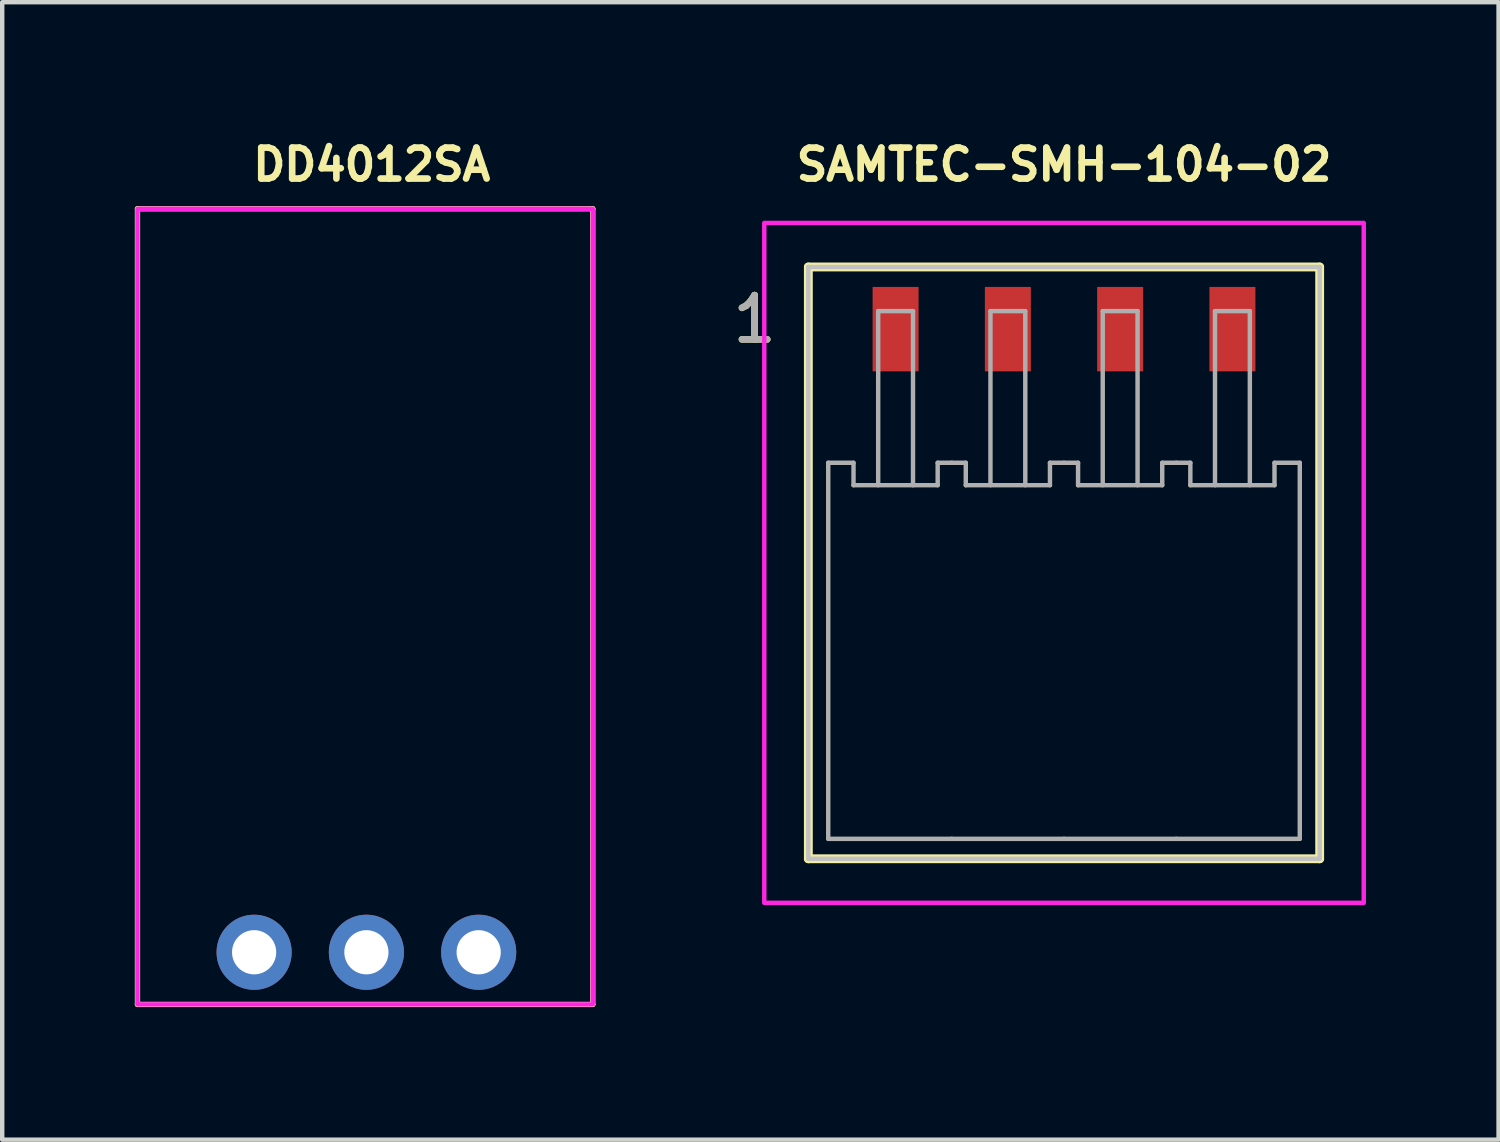
<source format=kicad_pcb>
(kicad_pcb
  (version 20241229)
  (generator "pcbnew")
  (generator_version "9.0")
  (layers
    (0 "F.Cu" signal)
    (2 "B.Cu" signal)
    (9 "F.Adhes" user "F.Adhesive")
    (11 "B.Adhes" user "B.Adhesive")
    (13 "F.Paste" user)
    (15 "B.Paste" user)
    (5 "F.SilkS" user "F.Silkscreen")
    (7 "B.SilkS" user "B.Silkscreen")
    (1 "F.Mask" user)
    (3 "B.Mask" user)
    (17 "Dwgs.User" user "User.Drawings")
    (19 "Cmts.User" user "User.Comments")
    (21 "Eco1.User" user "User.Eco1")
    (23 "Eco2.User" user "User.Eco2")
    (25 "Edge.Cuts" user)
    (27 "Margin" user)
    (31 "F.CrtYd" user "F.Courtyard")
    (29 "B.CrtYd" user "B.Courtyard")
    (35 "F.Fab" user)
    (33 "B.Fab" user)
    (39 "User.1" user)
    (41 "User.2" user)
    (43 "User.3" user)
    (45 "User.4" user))
  (footprint "DD4012SA"
    (layer "F.Cu")
    (at 5.36 10.673)
    (property "Reference" "DD4012SA" (at 0 -10 0) (layer "F.SilkS") (effects (font (size 0.7 0.7) (thickness 0.15) (bold yes))))
    (attr through_hole)
    (fp_line (start -5.3 -9) (end 5 -9) (stroke (width 0.12) (type solid)) (layer "F.SilkS"))
    (fp_line (start -5.3 9) (end -5.3 -9) (stroke (width 0.12) (type solid)) (layer "F.SilkS"))
    (fp_line (start 5 -9) (end 5 9) (stroke (width 0.12) (type solid)) (layer "F.SilkS"))
    (fp_line (start 5 9) (end -5.3 9) (stroke (width 0.12) (type solid)) (layer "F.SilkS"))
    (fp_rect (start -5.3 -9) (end 5 9) (stroke (width 0.1) (type default)) (fill no) (layer "F.CrtYd"))
    (pad "1" thru_hole circle (at -2.661 7.82) (size 1.7 1.7) (drill 1) (layers "*.Cu" "*.Mask"))
    (pad "2" thru_hole circle (at -0.121 7.82) (size 1.7 1.7) (drill 1) (layers "*.Cu" "*.Mask"))
    (pad "3" thru_hole circle (at 2.419 7.82) (size 1.7 1.7) (drill 1) (layers "*.Cu" "*.Mask")))
  (footprint "SAMTEC-SMH-104-02"
    (layer "F.Cu")
    (at 21.021 11.673)
    (property "Reference" "SAMTEC-SMH-104-02" (at 0 -11 0) (layer "F.SilkS") (effects (font (size 0.7 0.7) (thickness 0.15))))
    (attr smd)
    (fp_poly (pts (xy -4.381 -8.283) (xy -3.239 -8.283) (xy -3.239 -6.271) (xy -4.381 -6.271)) (stroke (width 0.01) (type solid)) (fill yes) (layer "F.Mask"))
    (fp_poly (pts (xy -1.841 -8.283) (xy -0.699 -8.283) (xy -0.699 -6.271) (xy -1.841 -6.271)) (stroke (width 0.01) (type solid)) (fill yes) (layer "F.Mask"))
    (fp_poly (pts (xy 0.699 -8.283) (xy 1.841 -8.283) (xy 1.841 -6.271) (xy 0.699 -6.271)) (stroke (width 0.01) (type solid)) (fill yes) (layer "F.Mask"))
    (fp_poly (pts (xy 3.239 -8.283) (xy 4.381 -8.283) (xy 4.381 -6.271) (xy 3.239 -6.271)) (stroke (width 0.01) (type solid)) (fill yes) (layer "F.Mask"))
    (fp_line (start -5.784 -8.683) (end -5.784 4.705) (stroke (width 0.2) (type solid)) (layer "F.SilkS"))
    (fp_line (start -5.784 4.705) (end 5.784 4.705) (stroke (width 0.2) (type solid)) (layer "F.SilkS"))
    (fp_line (start 5.784 -8.683) (end -5.784 -8.683) (stroke (width 0.2) (type solid)) (layer "F.SilkS"))
    (fp_line (start 5.784 4.705) (end 5.784 -8.683) (stroke (width 0.2) (type solid)) (layer "F.SilkS"))
    (fp_poly (pts (xy -4.33 -8.232) (xy -3.29 -8.232) (xy -3.29 -6.322) (xy -4.33 -6.322)) (stroke (width 0.01) (type solid)) (fill yes) (layer "F.Paste"))
    (fp_poly (pts (xy -1.79 -8.232) (xy -0.75 -8.232) (xy -0.75 -6.322) (xy -1.79 -6.322)) (stroke (width 0.01) (type solid)) (fill yes) (layer "F.Paste"))
    (fp_poly (pts (xy 0.75 -8.232) (xy 1.79 -8.232) (xy 1.79 -6.322) (xy 0.75 -6.322)) (stroke (width 0.01) (type solid)) (fill yes) (layer "F.Paste"))
    (fp_poly (pts (xy 3.29 -8.232) (xy 4.33 -8.232) (xy 4.33 -6.322) (xy 3.29 -6.322)) (stroke (width 0.01) (type solid)) (fill yes) (layer "F.Paste"))
    (fp_line (start -5.784 -8.683) (end -5.784 4.705) (stroke (width 0.1) (type solid)) (layer "Dwgs.User"))
    (fp_line (start -5.784 4.705) (end 5.784 4.705) (stroke (width 0.1) (type solid)) (layer "Dwgs.User"))
    (fp_line (start 5.784 -8.683) (end -5.784 -8.683) (stroke (width 0.1) (type solid)) (layer "Dwgs.User"))
    (fp_line (start 5.784 4.705) (end 5.784 -8.683) (stroke (width 0.1) (type solid)) (layer "Dwgs.User"))
    (fp_poly (pts (xy 6.781 -9.68) (xy -6.781 -9.68) (xy -6.781 5.702) (xy 6.781 5.702) (xy 6.781 -9.68)) (stroke (width 0.1) (type solid)) (fill no) (layer "F.CrtYd"))
    (fp_line (start -5.334 4.254) (end -5.334 -4.254) (stroke (width 0.1) (type solid)) (layer "F.Fab"))
    (fp_line (start -4.762 -4.254) (end -5.334 -4.254) (stroke (width 0.1) (type solid)) (layer "F.Fab"))
    (fp_line (start -4.762 -3.746) (end -4.762 -4.254) (stroke (width 0.1) (type solid)) (layer "F.Fab"))
    (fp_line (start -4.204 -7.684) (end -4.204 -3.746) (stroke (width 0.1) (type solid)) (layer "F.Fab"))
    (fp_line (start -3.416 -7.684) (end -4.204 -7.684) (stroke (width 0.1) (type solid)) (layer "F.Fab"))
    (fp_line (start -3.416 -7.684) (end -3.416 -3.746) (stroke (width 0.1) (type solid)) (layer "F.Fab"))
    (fp_line (start -2.858 -4.254) (end -2.858 -3.746) (stroke (width 0.1) (type solid)) (layer "F.Fab"))
    (fp_line (start -2.858 -3.746) (end -4.762 -3.746) (stroke (width 0.1) (type solid)) (layer "F.Fab"))
    (fp_line (start -2.54 -4.254) (end -2.858 -4.254) (stroke (width 0.1) (type solid)) (layer "F.Fab"))
    (fp_line (start -2.54 4.254) (end -5.334 4.254) (stroke (width 0.1) (type solid)) (layer "F.Fab"))
    (fp_line (start -2.222 -4.254) (end -2.54 -4.254) (stroke (width 0.1) (type solid)) (layer "F.Fab"))
    (fp_line (start -2.222 -3.746) (end -2.222 -4.254) (stroke (width 0.1) (type solid)) (layer "F.Fab"))
    (fp_line (start -1.664 -3.746) (end -1.664 -7.684) (stroke (width 0.1) (type solid)) (layer "F.Fab"))
    (fp_line (start -0.876 -7.684) (end -1.664 -7.684) (stroke (width 0.1) (type solid)) (layer "F.Fab"))
    (fp_line (start -0.876 -7.684) (end -0.876 -3.746) (stroke (width 0.1) (type solid)) (layer "F.Fab"))
    (fp_line (start -0.318 -4.254) (end -0.318 -3.746) (stroke (width 0.1) (type solid)) (layer "F.Fab"))
    (fp_line (start -0.318 -3.746) (end -2.222 -3.746) (stroke (width 0.1) (type solid)) (layer "F.Fab"))
    (fp_line (start 0 -4.254) (end -0.318 -4.254) (stroke (width 0.1) (type solid)) (layer "F.Fab"))
    (fp_line (start 0 4.254) (end -2.54 4.254) (stroke (width 0.1) (type solid)) (layer "F.Fab"))
    (fp_line (start 0.318 -4.254) (end 0 -4.254) (stroke (width 0.1) (type solid)) (layer "F.Fab"))
    (fp_line (start 0.318 -3.746) (end 0.318 -4.254) (stroke (width 0.1) (type solid)) (layer "F.Fab"))
    (fp_line (start 0.876 -3.746) (end 0.876 -7.684) (stroke (width 0.1) (type solid)) (layer "F.Fab"))
    (fp_line (start 1.664 -7.684) (end 0.876 -7.684) (stroke (width 0.1) (type solid)) (layer "F.Fab"))
    (fp_line (start 1.664 -7.684) (end 1.664 -3.746) (stroke (width 0.1) (type solid)) (layer "F.Fab"))
    (fp_line (start 2.222 -4.254) (end 2.222 -3.746) (stroke (width 0.1) (type solid)) (layer "F.Fab"))
    (fp_line (start 2.222 -3.746) (end 0.318 -3.746) (stroke (width 0.1) (type solid)) (layer "F.Fab"))
    (fp_line (start 2.54 -4.254) (end 2.222 -4.254) (stroke (width 0.1) (type solid)) (layer "F.Fab"))
    (fp_line (start 2.54 -4.254) (end 2.858 -4.254) (stroke (width 0.1) (type solid)) (layer "F.Fab"))
    (fp_line (start 2.54 4.254) (end 0 4.254) (stroke (width 0.1) (type solid)) (layer "F.Fab"))
    (fp_line (start 2.54 4.254) (end 5.334 4.254) (stroke (width 0.1) (type solid)) (layer "F.Fab"))
    (fp_line (start 2.858 -4.254) (end 2.858 -3.746) (stroke (width 0.1) (type solid)) (layer "F.Fab"))
    (fp_line (start 2.858 -3.746) (end 4.762 -3.746) (stroke (width 0.1) (type solid)) (layer "F.Fab"))
    (fp_line (start 3.416 -7.684) (end 3.416 -3.746) (stroke (width 0.1) (type solid)) (layer "F.Fab"))
    (fp_line (start 3.416 -7.684) (end 4.204 -7.684) (stroke (width 0.1) (type solid)) (layer "F.Fab"))
    (fp_line (start 4.204 -7.684) (end 4.204 -3.746) (stroke (width 0.1) (type solid)) (layer "F.Fab"))
    (fp_line (start 4.762 -4.254) (end 5.334 -4.254) (stroke (width 0.1) (type solid)) (layer "F.Fab"))
    (fp_line (start 4.762 -3.746) (end 4.762 -4.254) (stroke (width 0.1) (type solid)) (layer "F.Fab"))
    (fp_line (start 5.334 4.254) (end 5.334 -4.254) (stroke (width 0.1) (type solid)) (layer "F.Fab"))
    (fp_text user "1" (at -7 -7.5 0) (layer "F.SilkS") (effects (font (size 1 1) (thickness 0.15))))
    (fp_text user "1" (at -7 -7.5 0) (layer "F.Fab") (effects (font (size 1 1) (thickness 0.15))))
    (pad "1" smd rect (at -3.81 -7.277) (size 1.04 1.91) (layers "F.Cu" "F.Paste"))
    (pad "2" smd rect (at -1.27 -7.277) (size 1.04 1.91) (layers "F.Cu" "F.Paste"))
    (pad "3" smd rect (at 1.27 -7.277) (size 1.04 1.91) (layers "F.Cu" "F.Paste"))
    (pad "4" smd rect (at 3.81 -7.277) (size 1.04 1.91) (layers "F.Cu" "F.Paste")))
  (gr_rect
    (start -3 -3)
    (end 30.852 22.733)
    (stroke (width 0.1) (type default))
    (fill no)
    (layer "Edge.Cuts")))
</source>
